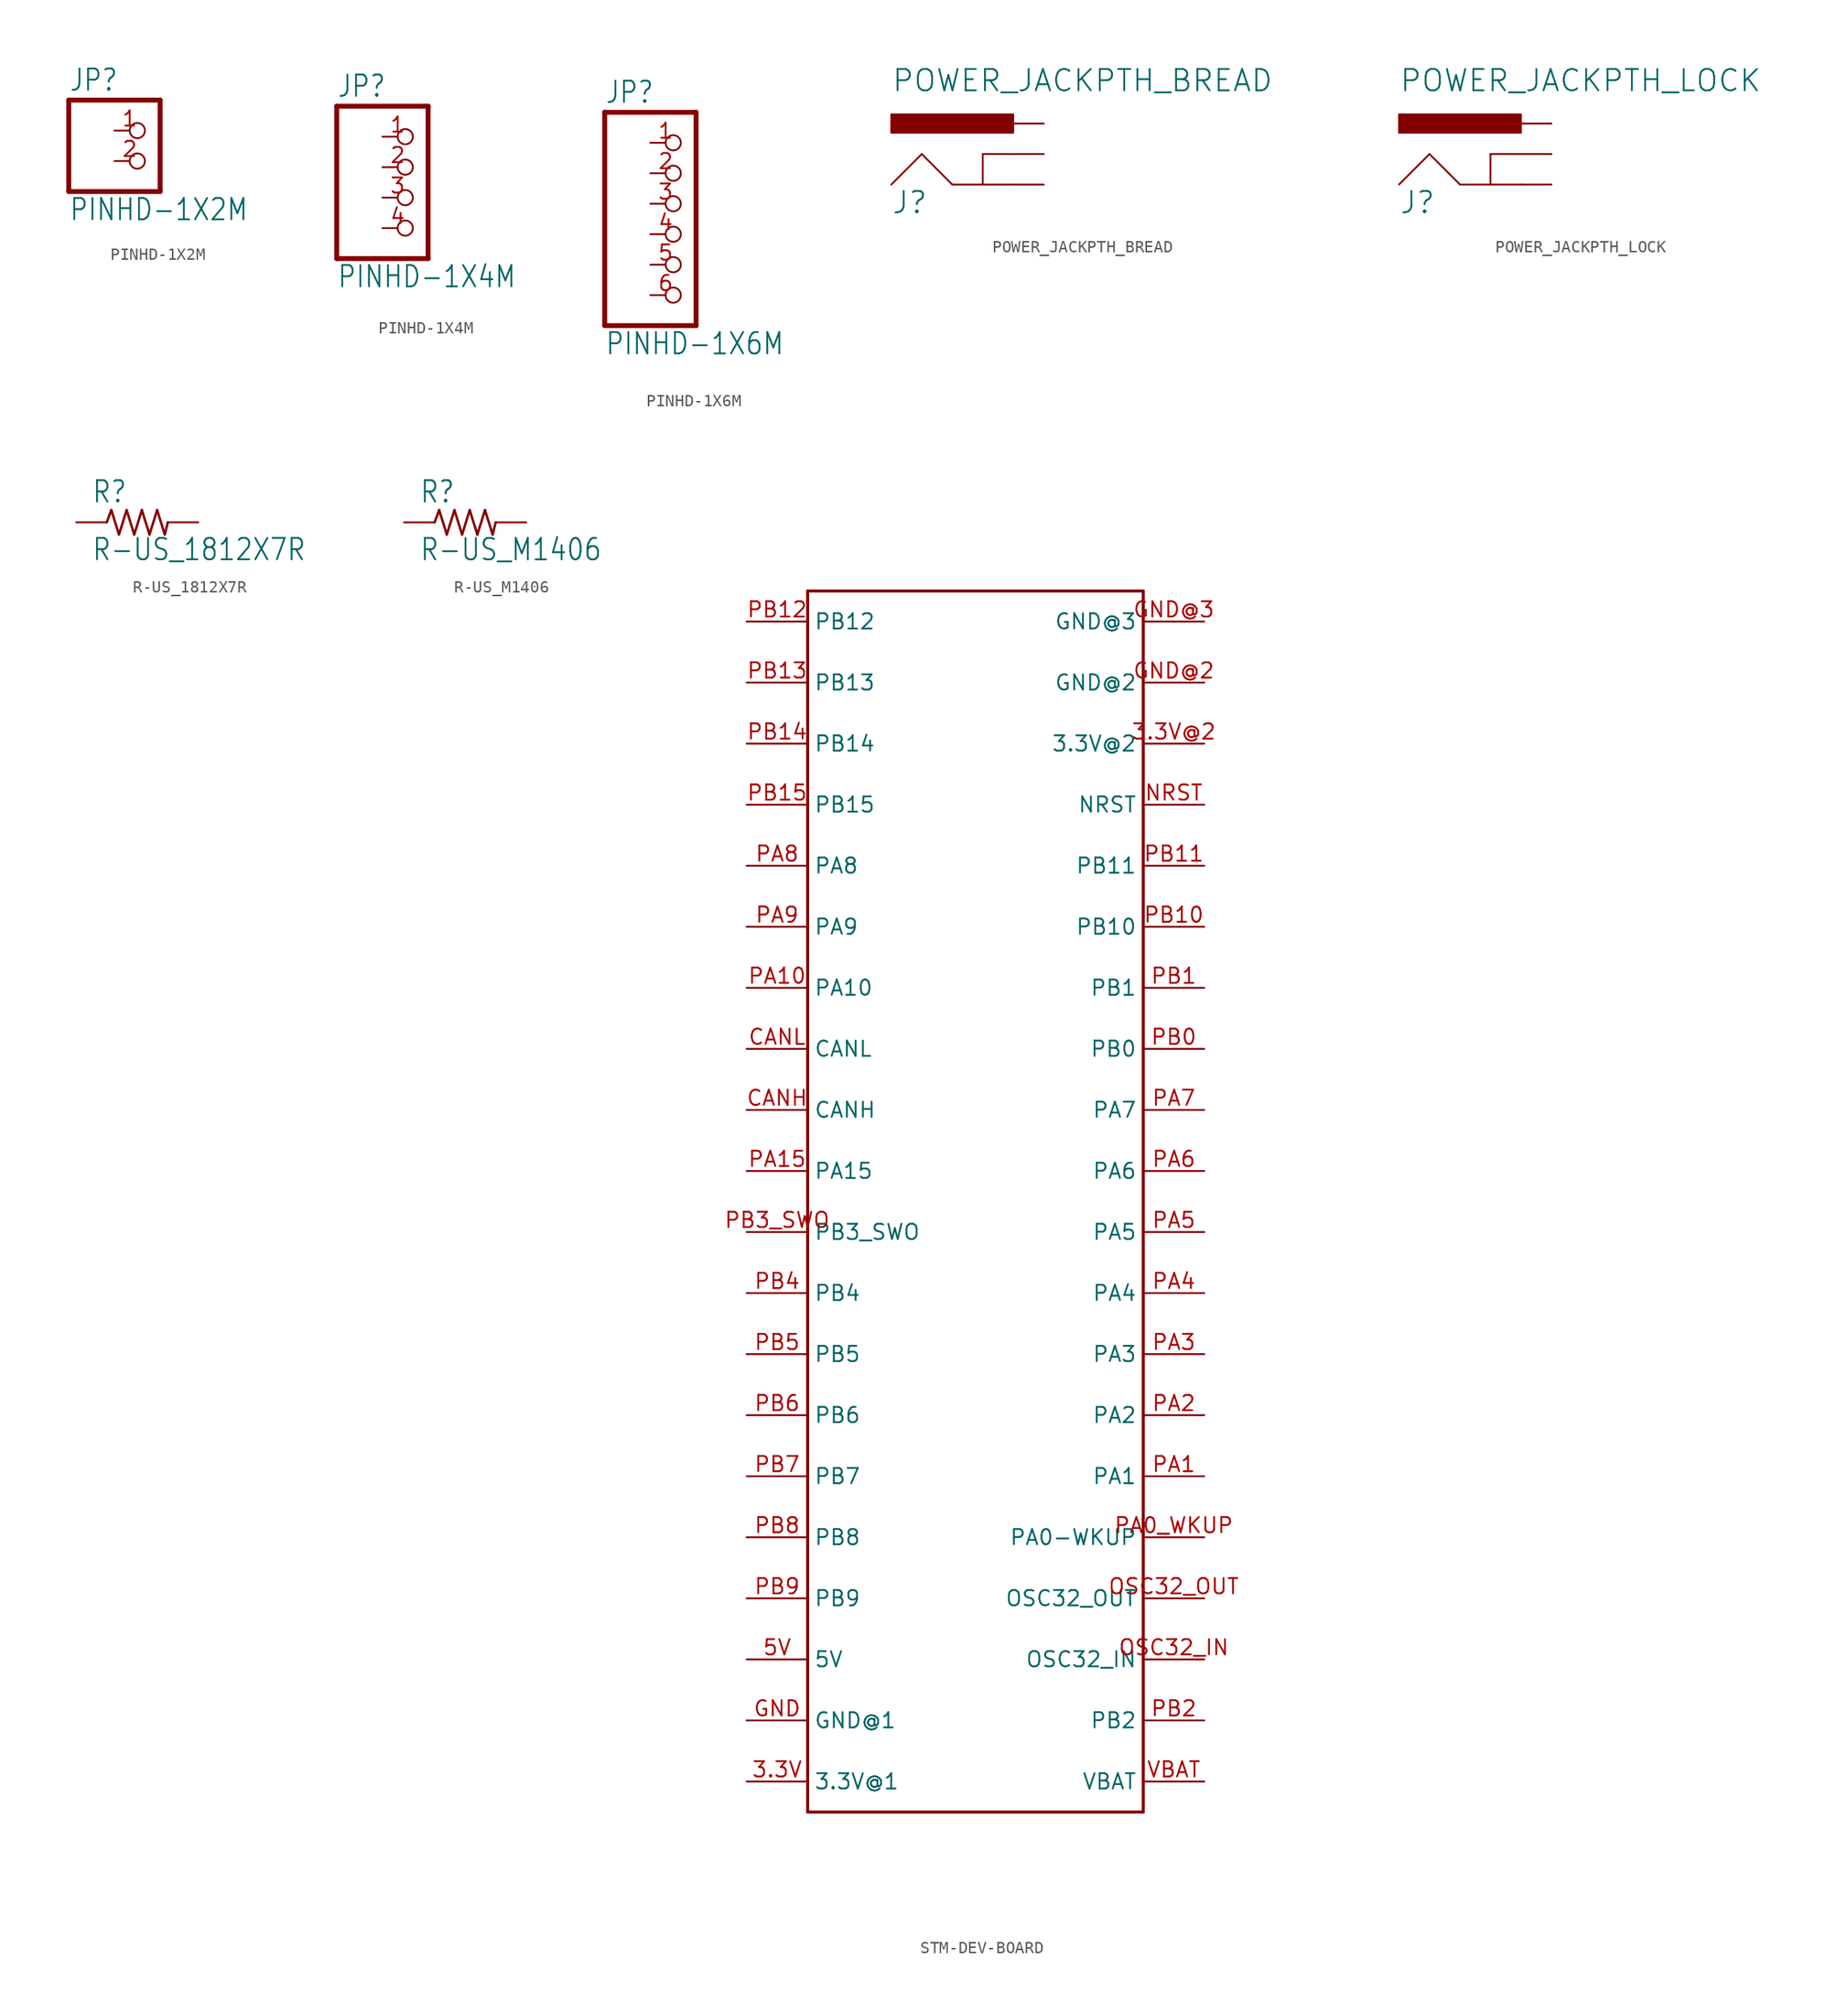
<source format=kicad_sym>
(kicad_symbol_lib
  (version 20211014)
  (generator kicad_symbol_editor)
  (symbol "PINHD-1X2M"
    (property "Reference" "JP"
      (at -6.35 5.715 0)
      (effects (font (size 1.778 1.511)) (justify left bottom)))
    (property "Value" "PINHD-1X2M"
      (at -6.35 -5.08 0)
      (effects (font (size 1.778 1.511)) (justify left bottom)))
    (property "ki_locked" ""
      (at 0 0 0)
      (effects (font (size 1.27 1.27))))
    (symbol "PINHD-1X2M_1_0"
      (polyline (pts (xy -6.35 -2.54) (xy 1.27 -2.54)) (stroke (width 0.406) (type default) (color 0 0 0 0)) (fill (type none)))
      (polyline (pts (xy -6.35 5.08) (xy -6.35 -2.54)) (stroke (width 0.406) (type default) (color 0 0 0 0)) (fill (type none)))
      (polyline (pts (xy 1.27 -2.54) (xy 1.27 5.08)) (stroke (width 0.406) (type default) (color 0 0 0 0)) (fill (type none)))
      (polyline (pts (xy 1.27 5.08) (xy -6.35 5.08)) (stroke (width 0.406) (type default) (color 0 0 0 0)) (fill (type none)))
      (pin passive inverted (at -2.54 2.54 0) (length 2.54) (name "1" (effects (font (size 0 0)))) (number "1" (effects (font (size 1.27 1.27)))))
      (pin passive inverted (at -2.54 0 0) (length 2.54) (name "2" (effects (font (size 0 0)))) (number "2" (effects (font (size 1.27 1.27)))))))
  (symbol "PINHD-1X4M"
    (property "Reference" "JP"
      (at -6.35 8.255 0)
      (effects (font (size 1.778 1.511)) (justify left bottom)))
    (property "Value" "PINHD-1X4M"
      (at -6.35 -7.62 0)
      (effects (font (size 1.778 1.511)) (justify left bottom)))
    (property "ki_locked" ""
      (at 0 0 0)
      (effects (font (size 1.27 1.27))))
    (symbol "PINHD-1X4M_1_0"
      (polyline (pts (xy -6.35 -5.08) (xy 1.27 -5.08)) (stroke (width 0.406) (type default) (color 0 0 0 0)) (fill (type none)))
      (polyline (pts (xy -6.35 7.62) (xy -6.35 -5.08)) (stroke (width 0.406) (type default) (color 0 0 0 0)) (fill (type none)))
      (polyline (pts (xy 1.27 -5.08) (xy 1.27 7.62)) (stroke (width 0.406) (type default) (color 0 0 0 0)) (fill (type none)))
      (polyline (pts (xy 1.27 7.62) (xy -6.35 7.62)) (stroke (width 0.406) (type default) (color 0 0 0 0)) (fill (type none)))
      (pin passive inverted (at -2.54 5.08 0) (length 2.54) (name "1" (effects (font (size 0 0)))) (number "1" (effects (font (size 1.27 1.27)))))
      (pin passive inverted (at -2.54 2.54 0) (length 2.54) (name "2" (effects (font (size 0 0)))) (number "2" (effects (font (size 1.27 1.27)))))
      (pin passive inverted (at -2.54 0 0) (length 2.54) (name "3" (effects (font (size 0 0)))) (number "3" (effects (font (size 1.27 1.27)))))
      (pin passive inverted (at -2.54 -2.54 0) (length 2.54) (name "4" (effects (font (size 0 0)))) (number "4" (effects (font (size 1.27 1.27)))))))
  (symbol "PINHD-1X6M"
    (property "Reference" "JP"
      (at -6.35 10.795 0)
      (effects (font (size 1.778 1.511)) (justify left bottom)))
    (property "Value" "PINHD-1X6M"
      (at -6.35 -10.16 0)
      (effects (font (size 1.778 1.511)) (justify left bottom)))
    (property "ki_locked" ""
      (at 0 0 0)
      (effects (font (size 1.27 1.27))))
    (symbol "PINHD-1X6M_1_0"
      (polyline (pts (xy -6.35 -7.62) (xy 1.27 -7.62)) (stroke (width 0.406) (type default) (color 0 0 0 0)) (fill (type none)))
      (polyline (pts (xy -6.35 10.16) (xy -6.35 -7.62)) (stroke (width 0.406) (type default) (color 0 0 0 0)) (fill (type none)))
      (polyline (pts (xy 1.27 -7.62) (xy 1.27 10.16)) (stroke (width 0.406) (type default) (color 0 0 0 0)) (fill (type none)))
      (polyline (pts (xy 1.27 10.16) (xy -6.35 10.16)) (stroke (width 0.406) (type default) (color 0 0 0 0)) (fill (type none)))
      (pin passive inverted (at -2.54 7.62 0) (length 2.54) (name "1" (effects (font (size 0 0)))) (number "1" (effects (font (size 1.27 1.27)))))
      (pin passive inverted (at -2.54 5.08 0) (length 2.54) (name "2" (effects (font (size 0 0)))) (number "2" (effects (font (size 1.27 1.27)))))
      (pin passive inverted (at -2.54 2.54 0) (length 2.54) (name "3" (effects (font (size 0 0)))) (number "3" (effects (font (size 1.27 1.27)))))
      (pin passive inverted (at -2.54 0 0) (length 2.54) (name "4" (effects (font (size 0 0)))) (number "4" (effects (font (size 1.27 1.27)))))
      (pin passive inverted (at -2.54 -2.54 0) (length 2.54) (name "5" (effects (font (size 0 0)))) (number "5" (effects (font (size 1.27 1.27)))))
      (pin passive inverted (at -2.54 -5.08 0) (length 2.54) (name "6" (effects (font (size 0 0)))) (number "6" (effects (font (size 1.27 1.27)))))))
  (symbol "POWER_JACKPTH_BREAD"
    (property "Reference" "J"
      (at -10.16 0 0)
      (effects (font (size 1.778 1.778)) (justify left bottom)))
    (property "Value" "POWER_JACKPTH_BREAD"
      (at -10.16 10.16 0)
      (effects (font (size 1.778 1.778)) (justify left bottom)))
    (property "ki_locked" ""
      (at 0 0 0)
      (effects (font (size 1.27 1.27))))
    (symbol "POWER_JACKPTH_BREAD_1_0"
      (rectangle (start -10.16 6.858) (end 0 8.382) (stroke (width 0) (type default) (color 0 0 0 0)) (fill (type outline)))
      (polyline (pts (xy -10.16 2.54) (xy -7.62 5.08)) (stroke (width 0.152) (type default) (color 0 0 0 0)) (fill (type none)))
      (polyline (pts (xy -7.62 5.08) (xy -5.08 2.54)) (stroke (width 0.152) (type default) (color 0 0 0 0)) (fill (type none)))
      (polyline (pts (xy -5.08 2.54) (xy -2.54 2.54)) (stroke (width 0.152) (type default) (color 0 0 0 0)) (fill (type none)))
      (polyline (pts (xy -2.54 2.54) (xy -2.54 5.08)) (stroke (width 0.152) (type default) (color 0 0 0 0)) (fill (type none)))
      (polyline (pts (xy -2.54 2.54) (xy 0 2.54)) (stroke (width 0.152) (type default) (color 0 0 0 0)) (fill (type none)))
      (polyline (pts (xy -2.54 5.08) (xy 0 5.08)) (stroke (width 0.152) (type default) (color 0 0 0 0)) (fill (type none)))
      (pin bidirectional line (at 2.54 2.54 180) (length 2.54) (name "GND" (effects (font (size 0 0)))) (number "GND" (effects (font (size 0 0)))))
      (pin bidirectional line (at 2.54 5.08 180) (length 2.54) (name "GNDBREAK" (effects (font (size 0 0)))) (number "GNDBREAK" (effects (font (size 0 0)))))
      (pin bidirectional line (at 2.54 7.62 180) (length 2.54) (name "PWR" (effects (font (size 0 0)))) (number "PWR" (effects (font (size 0 0)))))))
  (symbol "POWER_JACKPTH_LOCK"
    (property "Reference" "J"
      (at -10.16 0 0)
      (effects (font (size 1.778 1.778)) (justify left bottom)))
    (property "Value" "POWER_JACKPTH_LOCK"
      (at -10.16 10.16 0)
      (effects (font (size 1.778 1.778)) (justify left bottom)))
    (property "ki_locked" ""
      (at 0 0 0)
      (effects (font (size 1.27 1.27))))
    (symbol "POWER_JACKPTH_LOCK_1_0"
      (rectangle (start -10.16 6.858) (end 0 8.382) (stroke (width 0) (type default) (color 0 0 0 0)) (fill (type outline)))
      (polyline (pts (xy -10.16 2.54) (xy -7.62 5.08)) (stroke (width 0.152) (type default) (color 0 0 0 0)) (fill (type none)))
      (polyline (pts (xy -7.62 5.08) (xy -5.08 2.54)) (stroke (width 0.152) (type default) (color 0 0 0 0)) (fill (type none)))
      (polyline (pts (xy -5.08 2.54) (xy -2.54 2.54)) (stroke (width 0.152) (type default) (color 0 0 0 0)) (fill (type none)))
      (polyline (pts (xy -2.54 2.54) (xy -2.54 5.08)) (stroke (width 0.152) (type default) (color 0 0 0 0)) (fill (type none)))
      (polyline (pts (xy -2.54 2.54) (xy 0 2.54)) (stroke (width 0.152) (type default) (color 0 0 0 0)) (fill (type none)))
      (polyline (pts (xy -2.54 5.08) (xy 0 5.08)) (stroke (width 0.152) (type default) (color 0 0 0 0)) (fill (type none)))
      (pin bidirectional line (at 2.54 2.54 180) (length 2.54) (name "GND" (effects (font (size 0 0)))) (number "GND" (effects (font (size 0 0)))))
      (pin bidirectional line (at 2.54 5.08 180) (length 2.54) (name "GNDBREAK" (effects (font (size 0 0)))) (number "GNDBREAK" (effects (font (size 0 0)))))
      (pin bidirectional line (at 2.54 7.62 180) (length 2.54) (name "PWR" (effects (font (size 0 0)))) (number "PWR" (effects (font (size 0 0)))))))
  (symbol "R-US_1812X7R"
    (property "Reference" "R"
      (at -3.81 1.499 0)
      (effects (font (size 1.778 1.511)) (justify left bottom)))
    (property "Value" "R-US_1812X7R"
      (at -3.81 -3.302 0)
      (effects (font (size 1.778 1.511)) (justify left bottom)))
    (property "ki_locked" ""
      (at 0 0 0)
      (effects (font (size 1.27 1.27))))
    (symbol "R-US_1812X7R_1_0"
      (polyline (pts (xy -2.54 0) (xy -2.159 1.016)) (stroke (width 0.203) (type default) (color 0 0 0 0)) (fill (type none)))
      (polyline (pts (xy -2.159 1.016) (xy -1.524 -1.016)) (stroke (width 0.203) (type default) (color 0 0 0 0)) (fill (type none)))
      (polyline (pts (xy -1.524 -1.016) (xy -0.889 1.016)) (stroke (width 0.203) (type default) (color 0 0 0 0)) (fill (type none)))
      (polyline (pts (xy -0.889 1.016) (xy -0.254 -1.016)) (stroke (width 0.203) (type default) (color 0 0 0 0)) (fill (type none)))
      (polyline (pts (xy -0.254 -1.016) (xy 0.381 1.016)) (stroke (width 0.203) (type default) (color 0 0 0 0)) (fill (type none)))
      (polyline (pts (xy 0.381 1.016) (xy 1.016 -1.016)) (stroke (width 0.203) (type default) (color 0 0 0 0)) (fill (type none)))
      (polyline (pts (xy 1.016 -1.016) (xy 1.651 1.016)) (stroke (width 0.203) (type default) (color 0 0 0 0)) (fill (type none)))
      (polyline (pts (xy 1.651 1.016) (xy 2.286 -1.016)) (stroke (width 0.203) (type default) (color 0 0 0 0)) (fill (type none)))
      (polyline (pts (xy 2.286 -1.016) (xy 2.54 0)) (stroke (width 0.203) (type default) (color 0 0 0 0)) (fill (type none)))
      (pin passive line (at -5.08 0 0) (length 2.54) (name "1" (effects (font (size 0 0)))) (number "1" (effects (font (size 0 0)))))
      (pin passive line (at 5.08 0 180) (length 2.54) (name "2" (effects (font (size 0 0)))) (number "2" (effects (font (size 0 0)))))))
  (symbol "R-US_M1406"
    (property "Reference" "R"
      (at -3.81 1.499 0)
      (effects (font (size 1.778 1.511)) (justify left bottom)))
    (property "Value" "R-US_M1406"
      (at -3.81 -3.302 0)
      (effects (font (size 1.778 1.511)) (justify left bottom)))
    (property "ki_locked" ""
      (at 0 0 0)
      (effects (font (size 1.27 1.27))))
    (symbol "R-US_M1406_1_0"
      (polyline (pts (xy -2.54 0) (xy -2.159 1.016)) (stroke (width 0.203) (type default) (color 0 0 0 0)) (fill (type none)))
      (polyline (pts (xy -2.159 1.016) (xy -1.524 -1.016)) (stroke (width 0.203) (type default) (color 0 0 0 0)) (fill (type none)))
      (polyline (pts (xy -1.524 -1.016) (xy -0.889 1.016)) (stroke (width 0.203) (type default) (color 0 0 0 0)) (fill (type none)))
      (polyline (pts (xy -0.889 1.016) (xy -0.254 -1.016)) (stroke (width 0.203) (type default) (color 0 0 0 0)) (fill (type none)))
      (polyline (pts (xy -0.254 -1.016) (xy 0.381 1.016)) (stroke (width 0.203) (type default) (color 0 0 0 0)) (fill (type none)))
      (polyline (pts (xy 0.381 1.016) (xy 1.016 -1.016)) (stroke (width 0.203) (type default) (color 0 0 0 0)) (fill (type none)))
      (polyline (pts (xy 1.016 -1.016) (xy 1.651 1.016)) (stroke (width 0.203) (type default) (color 0 0 0 0)) (fill (type none)))
      (polyline (pts (xy 1.651 1.016) (xy 2.286 -1.016)) (stroke (width 0.203) (type default) (color 0 0 0 0)) (fill (type none)))
      (polyline (pts (xy 2.286 -1.016) (xy 2.54 0)) (stroke (width 0.203) (type default) (color 0 0 0 0)) (fill (type none)))
      (pin passive line (at -5.08 0 0) (length 2.54) (name "1" (effects (font (size 0 0)))) (number "1" (effects (font (size 0 0)))))
      (pin passive line (at 5.08 0 180) (length 2.54) (name "2" (effects (font (size 0 0)))) (number "2" (effects (font (size 0 0)))))))
  (symbol "STM-DEV-BOARD"
    (property "Reference" ""
      (at 0 0 0)
      (effects (font (size 1.27 1.27)) hide))
    (property "ki_locked" ""
      (at 0 0 0)
      (effects (font (size 1.27 1.27))))
    (symbol "STM-DEV-BOARD_1_0"
      (polyline (pts (xy -15.24 -48.26) (xy -15.24 53.34)) (stroke (width 0.254) (type default) (color 0 0 0 0)) (fill (type none)))
      (polyline (pts (xy -15.24 53.34) (xy 12.7 53.34)) (stroke (width 0.254) (type default) (color 0 0 0 0)) (fill (type none)))
      (polyline (pts (xy 12.7 -48.26) (xy -15.24 -48.26)) (stroke (width 0.254) (type default) (color 0 0 0 0)) (fill (type none)))
      (polyline (pts (xy 12.7 53.34) (xy 12.7 -48.26)) (stroke (width 0.254) (type default) (color 0 0 0 0)) (fill (type none)))
      (pin bidirectional line (at -20.32 -45.72 0) (length 5.08) (name "3.3V@1" (effects (font (size 1.27 1.27)))) (number "3.3V" (effects (font (size 1.27 1.27)))))
      (pin bidirectional line (at 17.78 40.64 180) (length 5.08) (name "3.3V@2" (effects (font (size 1.27 1.27)))) (number "3.3V@2" (effects (font (size 1.27 1.27)))))
      (pin bidirectional line (at -20.32 -35.56 0) (length 5.08) (name "5V" (effects (font (size 1.27 1.27)))) (number "5V" (effects (font (size 1.27 1.27)))))
      (pin bidirectional line (at -20.32 10.16 0) (length 5.08) (name "CANH" (effects (font (size 1.27 1.27)))) (number "CANH" (effects (font (size 1.27 1.27)))))
      (pin bidirectional line (at -20.32 15.24 0) (length 5.08) (name "CANL" (effects (font (size 1.27 1.27)))) (number "CANL" (effects (font (size 1.27 1.27)))))
      (pin bidirectional line (at -20.32 -40.64 0) (length 5.08) (name "GND@1" (effects (font (size 1.27 1.27)))) (number "GND" (effects (font (size 1.27 1.27)))))
      (pin bidirectional line (at 17.78 45.72 180) (length 5.08) (name "GND@2" (effects (font (size 1.27 1.27)))) (number "GND@2" (effects (font (size 1.27 1.27)))))
      (pin bidirectional line (at 17.78 50.8 180) (length 5.08) (name "GND@3" (effects (font (size 1.27 1.27)))) (number "GND@3" (effects (font (size 1.27 1.27)))))
      (pin bidirectional line (at 17.78 35.56 180) (length 5.08) (name "NRST" (effects (font (size 1.27 1.27)))) (number "NRST" (effects (font (size 1.27 1.27)))))
      (pin bidirectional line (at 17.78 -35.56 180) (length 5.08) (name "OSC32_IN" (effects (font (size 1.27 1.27)))) (number "OSC32_IN" (effects (font (size 1.27 1.27)))))
      (pin bidirectional line (at 17.78 -30.48 180) (length 5.08) (name "OSC32_OUT" (effects (font (size 1.27 1.27)))) (number "OSC32_OUT" (effects (font (size 1.27 1.27)))))
      (pin bidirectional line (at 17.78 -25.4 180) (length 5.08) (name "PA0-WKUP" (effects (font (size 1.27 1.27)))) (number "PA0_WKUP" (effects (font (size 1.27 1.27)))))
      (pin bidirectional line (at 17.78 -20.32 180) (length 5.08) (name "PA1" (effects (font (size 1.27 1.27)))) (number "PA1" (effects (font (size 1.27 1.27)))))
      (pin bidirectional line (at -20.32 20.32 0) (length 5.08) (name "PA10" (effects (font (size 1.27 1.27)))) (number "PA10" (effects (font (size 1.27 1.27)))))
      (pin bidirectional line (at -20.32 5.08 0) (length 5.08) (name "PA15" (effects (font (size 1.27 1.27)))) (number "PA15" (effects (font (size 1.27 1.27)))))
      (pin bidirectional line (at 17.78 -15.24 180) (length 5.08) (name "PA2" (effects (font (size 1.27 1.27)))) (number "PA2" (effects (font (size 1.27 1.27)))))
      (pin bidirectional line (at 17.78 -10.16 180) (length 5.08) (name "PA3" (effects (font (size 1.27 1.27)))) (number "PA3" (effects (font (size 1.27 1.27)))))
      (pin bidirectional line (at 17.78 -5.08 180) (length 5.08) (name "PA4" (effects (font (size 1.27 1.27)))) (number "PA4" (effects (font (size 1.27 1.27)))))
      (pin bidirectional line (at 17.78 0 180) (length 5.08) (name "PA5" (effects (font (size 1.27 1.27)))) (number "PA5" (effects (font (size 1.27 1.27)))))
      (pin bidirectional line (at 17.78 5.08 180) (length 5.08) (name "PA6" (effects (font (size 1.27 1.27)))) (number "PA6" (effects (font (size 1.27 1.27)))))
      (pin bidirectional line (at 17.78 10.16 180) (length 5.08) (name "PA7" (effects (font (size 1.27 1.27)))) (number "PA7" (effects (font (size 1.27 1.27)))))
      (pin bidirectional line (at -20.32 30.48 0) (length 5.08) (name "PA8" (effects (font (size 1.27 1.27)))) (number "PA8" (effects (font (size 1.27 1.27)))))
      (pin bidirectional line (at -20.32 25.4 0) (length 5.08) (name "PA9" (effects (font (size 1.27 1.27)))) (number "PA9" (effects (font (size 1.27 1.27)))))
      (pin bidirectional line (at 17.78 15.24 180) (length 5.08) (name "PB0" (effects (font (size 1.27 1.27)))) (number "PB0" (effects (font (size 1.27 1.27)))))
      (pin bidirectional line (at 17.78 20.32 180) (length 5.08) (name "PB1" (effects (font (size 1.27 1.27)))) (number "PB1" (effects (font (size 1.27 1.27)))))
      (pin bidirectional line (at 17.78 25.4 180) (length 5.08) (name "PB10" (effects (font (size 1.27 1.27)))) (number "PB10" (effects (font (size 1.27 1.27)))))
      (pin bidirectional line (at 17.78 30.48 180) (length 5.08) (name "PB11" (effects (font (size 1.27 1.27)))) (number "PB11" (effects (font (size 1.27 1.27)))))
      (pin bidirectional line (at -20.32 50.8 0) (length 5.08) (name "PB12" (effects (font (size 1.27 1.27)))) (number "PB12" (effects (font (size 1.27 1.27)))))
      (pin bidirectional line (at -20.32 45.72 0) (length 5.08) (name "PB13" (effects (font (size 1.27 1.27)))) (number "PB13" (effects (font (size 1.27 1.27)))))
      (pin bidirectional line (at -20.32 40.64 0) (length 5.08) (name "PB14" (effects (font (size 1.27 1.27)))) (number "PB14" (effects (font (size 1.27 1.27)))))
      (pin bidirectional line (at -20.32 35.56 0) (length 5.08) (name "PB15" (effects (font (size 1.27 1.27)))) (number "PB15" (effects (font (size 1.27 1.27)))))
      (pin bidirectional line (at 17.78 -40.64 180) (length 5.08) (name "PB2" (effects (font (size 1.27 1.27)))) (number "PB2" (effects (font (size 1.27 1.27)))))
      (pin bidirectional line (at -20.32 0 0) (length 5.08) (name "PB3_SWO" (effects (font (size 1.27 1.27)))) (number "PB3_SWO" (effects (font (size 1.27 1.27)))))
      (pin bidirectional line (at -20.32 -5.08 0) (length 5.08) (name "PB4" (effects (font (size 1.27 1.27)))) (number "PB4" (effects (font (size 1.27 1.27)))))
      (pin bidirectional line (at -20.32 -10.16 0) (length 5.08) (name "PB5" (effects (font (size 1.27 1.27)))) (number "PB5" (effects (font (size 1.27 1.27)))))
      (pin bidirectional line (at -20.32 -15.24 0) (length 5.08) (name "PB6" (effects (font (size 1.27 1.27)))) (number "PB6" (effects (font (size 1.27 1.27)))))
      (pin bidirectional line (at -20.32 -20.32 0) (length 5.08) (name "PB7" (effects (font (size 1.27 1.27)))) (number "PB7" (effects (font (size 1.27 1.27)))))
      (pin bidirectional line (at -20.32 -25.4 0) (length 5.08) (name "PB8" (effects (font (size 1.27 1.27)))) (number "PB8" (effects (font (size 1.27 1.27)))))
      (pin bidirectional line (at -20.32 -30.48 0) (length 5.08) (name "PB9" (effects (font (size 1.27 1.27)))) (number "PB9" (effects (font (size 1.27 1.27)))))
      (pin bidirectional line (at 17.78 -45.72 180) (length 5.08) (name "VBAT" (effects (font (size 1.27 1.27)))) (number "VBAT" (effects (font (size 1.27 1.27))))))))
</source>
